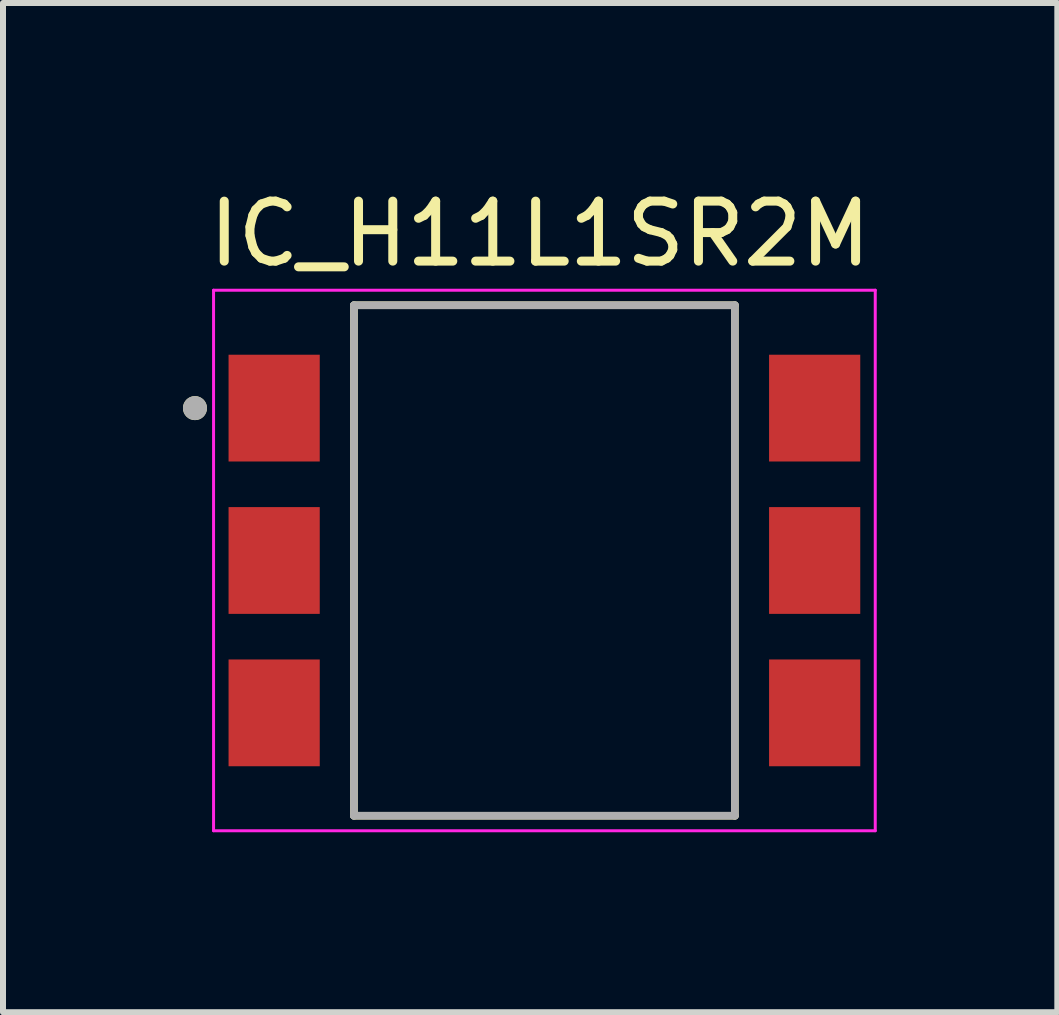
<source format=kicad_pcb>
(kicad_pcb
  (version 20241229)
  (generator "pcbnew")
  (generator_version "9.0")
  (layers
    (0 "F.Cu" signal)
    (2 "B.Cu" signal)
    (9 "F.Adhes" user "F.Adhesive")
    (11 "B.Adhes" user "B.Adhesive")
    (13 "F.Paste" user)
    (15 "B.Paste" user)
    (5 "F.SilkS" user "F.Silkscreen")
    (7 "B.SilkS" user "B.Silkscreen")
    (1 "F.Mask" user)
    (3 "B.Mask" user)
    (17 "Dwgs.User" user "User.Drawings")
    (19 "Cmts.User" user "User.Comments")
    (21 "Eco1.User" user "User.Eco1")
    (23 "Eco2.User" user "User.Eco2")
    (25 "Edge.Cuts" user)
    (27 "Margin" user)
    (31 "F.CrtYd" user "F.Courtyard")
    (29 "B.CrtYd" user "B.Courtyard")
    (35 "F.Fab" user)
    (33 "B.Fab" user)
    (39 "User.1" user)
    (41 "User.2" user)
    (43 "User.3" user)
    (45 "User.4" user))
  (footprint "IC_H11L1SR2M"
    (layer "F.Cu")
    (at 6.025 6.293)
    (property "Reference" "IC_H11L1SR2M" (at -0.075 -5.445 0) (layer "F.SilkS") (effects (font (size 1 1) (thickness 0.15))))
    (attr smd)
    (fp_line (start -3.175 -4.255) (end -3.175 4.255) (stroke (width 0.127) (type solid)) (layer "F.SilkS"))
    (fp_line (start -3.175 -4.255) (end 3.175 -4.255) (stroke (width 0.127) (type solid)) (layer "F.SilkS"))
    (fp_line (start -3.175 4.255) (end 3.175 4.255) (stroke (width 0.127) (type solid)) (layer "F.SilkS"))
    (fp_line (start 3.175 -4.255) (end 3.175 4.255) (stroke (width 0.127) (type solid)) (layer "F.SilkS"))
    (fp_circle (center -5.825 -2.54) (end -5.725 -2.54) (stroke (width 0.2) (type solid)) (fill no) (layer "F.SilkS"))
    (fp_line (start -5.515 -4.505) (end -5.515 4.505) (stroke (width 0.05) (type solid)) (layer "F.CrtYd"))
    (fp_line (start -5.515 -4.505) (end 5.515 -4.505) (stroke (width 0.05) (type solid)) (layer "F.CrtYd"))
    (fp_line (start -5.515 4.505) (end 5.515 4.505) (stroke (width 0.05) (type solid)) (layer "F.CrtYd"))
    (fp_line (start 5.515 -4.505) (end 5.515 4.505) (stroke (width 0.05) (type solid)) (layer "F.CrtYd"))
    (fp_line (start -3.175 -4.255) (end -3.175 4.255) (stroke (width 0.127) (type solid)) (layer "F.Fab"))
    (fp_line (start -3.175 -4.255) (end 3.175 -4.255) (stroke (width 0.127) (type solid)) (layer "F.Fab"))
    (fp_line (start -3.175 4.255) (end 3.175 4.255) (stroke (width 0.127) (type solid)) (layer "F.Fab"))
    (fp_line (start 3.175 -4.255) (end 3.175 4.255) (stroke (width 0.127) (type solid)) (layer "F.Fab"))
    (fp_circle (center -5.825 -2.54) (end -5.725 -2.54) (stroke (width 0.2) (type solid)) (fill no) (layer "F.Fab"))
    (pad "1" smd rect (at -4.505 -2.54) (size 1.52 1.78) (layers "F.Cu" "F.Mask" "F.Paste"))
    (pad "2" smd rect (at -4.505 0) (size 1.52 1.78) (layers "F.Cu" "F.Mask" "F.Paste"))
    (pad "3" smd rect (at -4.505 2.54) (size 1.52 1.78) (layers "F.Cu" "F.Mask" "F.Paste"))
    (pad "4" smd rect (at 4.505 2.54) (size 1.52 1.78) (layers "F.Cu" "F.Mask" "F.Paste"))
    (pad "5" smd rect (at 4.505 0) (size 1.52 1.78) (layers "F.Cu" "F.Mask" "F.Paste"))
    (pad "6" smd rect (at 4.505 -2.54) (size 1.52 1.78) (layers "F.Cu" "F.Mask" "F.Paste")))
  (gr_rect
    (start -3 -3)
    (end 14.575 13.823)
    (stroke (width 0.1) (type default))
    (fill no)
    (layer "Edge.Cuts")))
</source>
